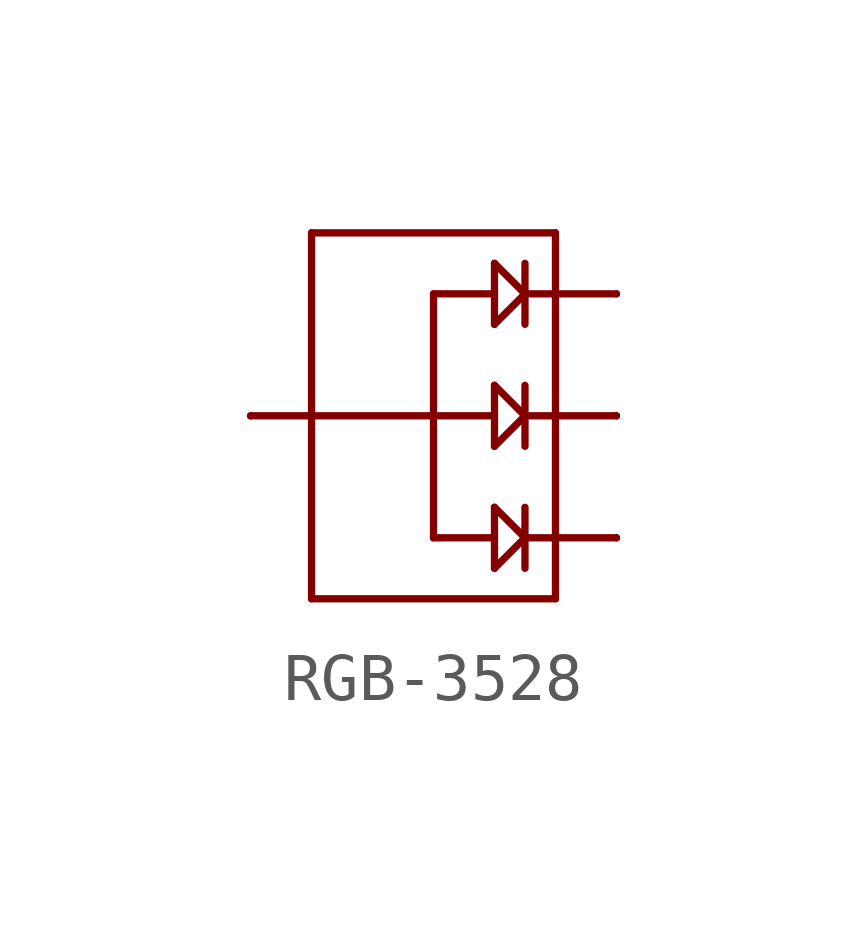
<source format=kicad_sym>
(kicad_symbol_lib
  (version 20231120)
  (generator "kicad_symbol_editor")
  (generator_version "8.0")
  (symbol "RGB-3528"
    (property "Reference" "RGB"
      (at -2.54 3.81 0)
      (effects (font (size 0.889 0.756) (thickness 0.151) (bold yes)) (justify left bottom) (hide yes)))
    (property "ki_locked" ""
      (at 0 0 0)
      (effects (font (size 1.27 1.27))))
    (symbol "RGB-3528_1_0"
      (polyline (pts (xy -3.81 0) (xy -2.54 0)) (stroke (width 0.152) (type solid)) (fill (type none)))
      (polyline (pts (xy -2.54 -3.81) (xy 2.54 -3.81)) (stroke (width 0.152) (type solid)) (fill (type none)))
      (polyline (pts (xy -2.54 0) (xy -2.54 -3.81)) (stroke (width 0.152) (type solid)) (fill (type none)))
      (polyline (pts (xy -2.54 0) (xy 0 0)) (stroke (width 0.152) (type solid)) (fill (type none)))
      (polyline (pts (xy -2.54 3.81) (xy -2.54 0)) (stroke (width 0.152) (type solid)) (fill (type none)))
      (polyline (pts (xy 0 0) (xy 0 -2.54)) (stroke (width 0.152) (type solid)) (fill (type none)))
      (polyline (pts (xy 0 0) (xy 0 2.54)) (stroke (width 0.152) (type solid)) (fill (type none)))
      (polyline (pts (xy 0 2.54) (xy 1.27 2.54)) (stroke (width 0.152) (type solid)) (fill (type none)))
      (polyline (pts (xy 1.27 -3.175) (xy 1.27 -2.54)) (stroke (width 0.152) (type solid)) (fill (type none)))
      (polyline (pts (xy 1.27 -2.54) (xy 0 -2.54)) (stroke (width 0.152) (type solid)) (fill (type none)))
      (polyline (pts (xy 1.27 -2.54) (xy 1.27 -1.905)) (stroke (width 0.152) (type solid)) (fill (type none)))
      (polyline (pts (xy 1.27 -1.905) (xy 1.905 -2.54)) (stroke (width 0.152) (type solid)) (fill (type none)))
      (polyline (pts (xy 1.27 -0.635) (xy 1.27 0)) (stroke (width 0.152) (type solid)) (fill (type none)))
      (polyline (pts (xy 1.27 0) (xy 0 0)) (stroke (width 0.152) (type solid)) (fill (type none)))
      (polyline (pts (xy 1.27 0) (xy 1.27 0.635)) (stroke (width 0.152) (type solid)) (fill (type none)))
      (polyline (pts (xy 1.27 0.635) (xy 1.905 0)) (stroke (width 0.152) (type solid)) (fill (type none)))
      (polyline (pts (xy 1.27 1.905) (xy 1.27 2.54)) (stroke (width 0.152) (type solid)) (fill (type none)))
      (polyline (pts (xy 1.27 2.54) (xy 1.27 3.175)) (stroke (width 0.152) (type solid)) (fill (type none)))
      (polyline (pts (xy 1.27 3.175) (xy 1.905 2.54)) (stroke (width 0.152) (type solid)) (fill (type none)))
      (polyline (pts (xy 1.905 -3.175) (xy 1.905 -2.54)) (stroke (width 0.152) (type solid)) (fill (type none)))
      (polyline (pts (xy 1.905 -2.54) (xy 1.27 -3.175)) (stroke (width 0.152) (type solid)) (fill (type none)))
      (polyline (pts (xy 1.905 -2.54) (xy 1.905 -1.905)) (stroke (width 0.152) (type solid)) (fill (type none)))
      (polyline (pts (xy 1.905 -2.54) (xy 2.54 -2.54)) (stroke (width 0.152) (type solid)) (fill (type none)))
      (polyline (pts (xy 1.905 -0.635) (xy 1.905 0)) (stroke (width 0.152) (type solid)) (fill (type none)))
      (polyline (pts (xy 1.905 0) (xy 1.27 -0.635)) (stroke (width 0.152) (type solid)) (fill (type none)))
      (polyline (pts (xy 1.905 0) (xy 1.905 0.635)) (stroke (width 0.152) (type solid)) (fill (type none)))
      (polyline (pts (xy 1.905 0) (xy 2.54 0)) (stroke (width 0.152) (type solid)) (fill (type none)))
      (polyline (pts (xy 1.905 1.905) (xy 1.905 2.54)) (stroke (width 0.152) (type solid)) (fill (type none)))
      (polyline (pts (xy 1.905 2.54) (xy 1.27 1.905)) (stroke (width 0.152) (type solid)) (fill (type none)))
      (polyline (pts (xy 1.905 2.54) (xy 1.905 3.175)) (stroke (width 0.152) (type solid)) (fill (type none)))
      (polyline (pts (xy 1.905 2.54) (xy 2.54 2.54)) (stroke (width 0.152) (type solid)) (fill (type none)))
      (polyline (pts (xy 2.54 -3.81) (xy 2.54 -2.54)) (stroke (width 0.152) (type solid)) (fill (type none)))
      (polyline (pts (xy 2.54 -2.54) (xy 2.54 0)) (stroke (width 0.152) (type solid)) (fill (type none)))
      (polyline (pts (xy 2.54 -2.54) (xy 3.81 -2.54)) (stroke (width 0.152) (type solid)) (fill (type none)))
      (polyline (pts (xy 2.54 0) (xy 2.54 2.54)) (stroke (width 0.152) (type solid)) (fill (type none)))
      (polyline (pts (xy 2.54 0) (xy 3.81 0)) (stroke (width 0.152) (type solid)) (fill (type none)))
      (polyline (pts (xy 2.54 2.54) (xy 2.54 3.81)) (stroke (width 0.152) (type solid)) (fill (type none)))
      (polyline (pts (xy 2.54 2.54) (xy 3.81 2.54)) (stroke (width 0.152) (type solid)) (fill (type none)))
      (polyline (pts (xy 2.54 3.81) (xy -2.54 3.81)) (stroke (width 0.152) (type solid)) (fill (type none)))
      (pin bidirectional line (at 3.81 2.54 180) (length 0) (name "R-" (effects (font (size 0 0)))) (number "1" (effects (font (size 0 0)))))
      (pin bidirectional line (at -3.81 0 0) (length 0) (name "+" (effects (font (size 0 0)))) (number "2" (effects (font (size 0 0)))))
      (pin bidirectional line (at 3.81 0 180) (length 0) (name "G-" (effects (font (size 0 0)))) (number "3" (effects (font (size 0 0)))))
      (pin bidirectional line (at 3.81 -2.54 180) (length 0) (name "B-" (effects (font (size 0 0)))) (number "4" (effects (font (size 0 0))))))))
</source>
